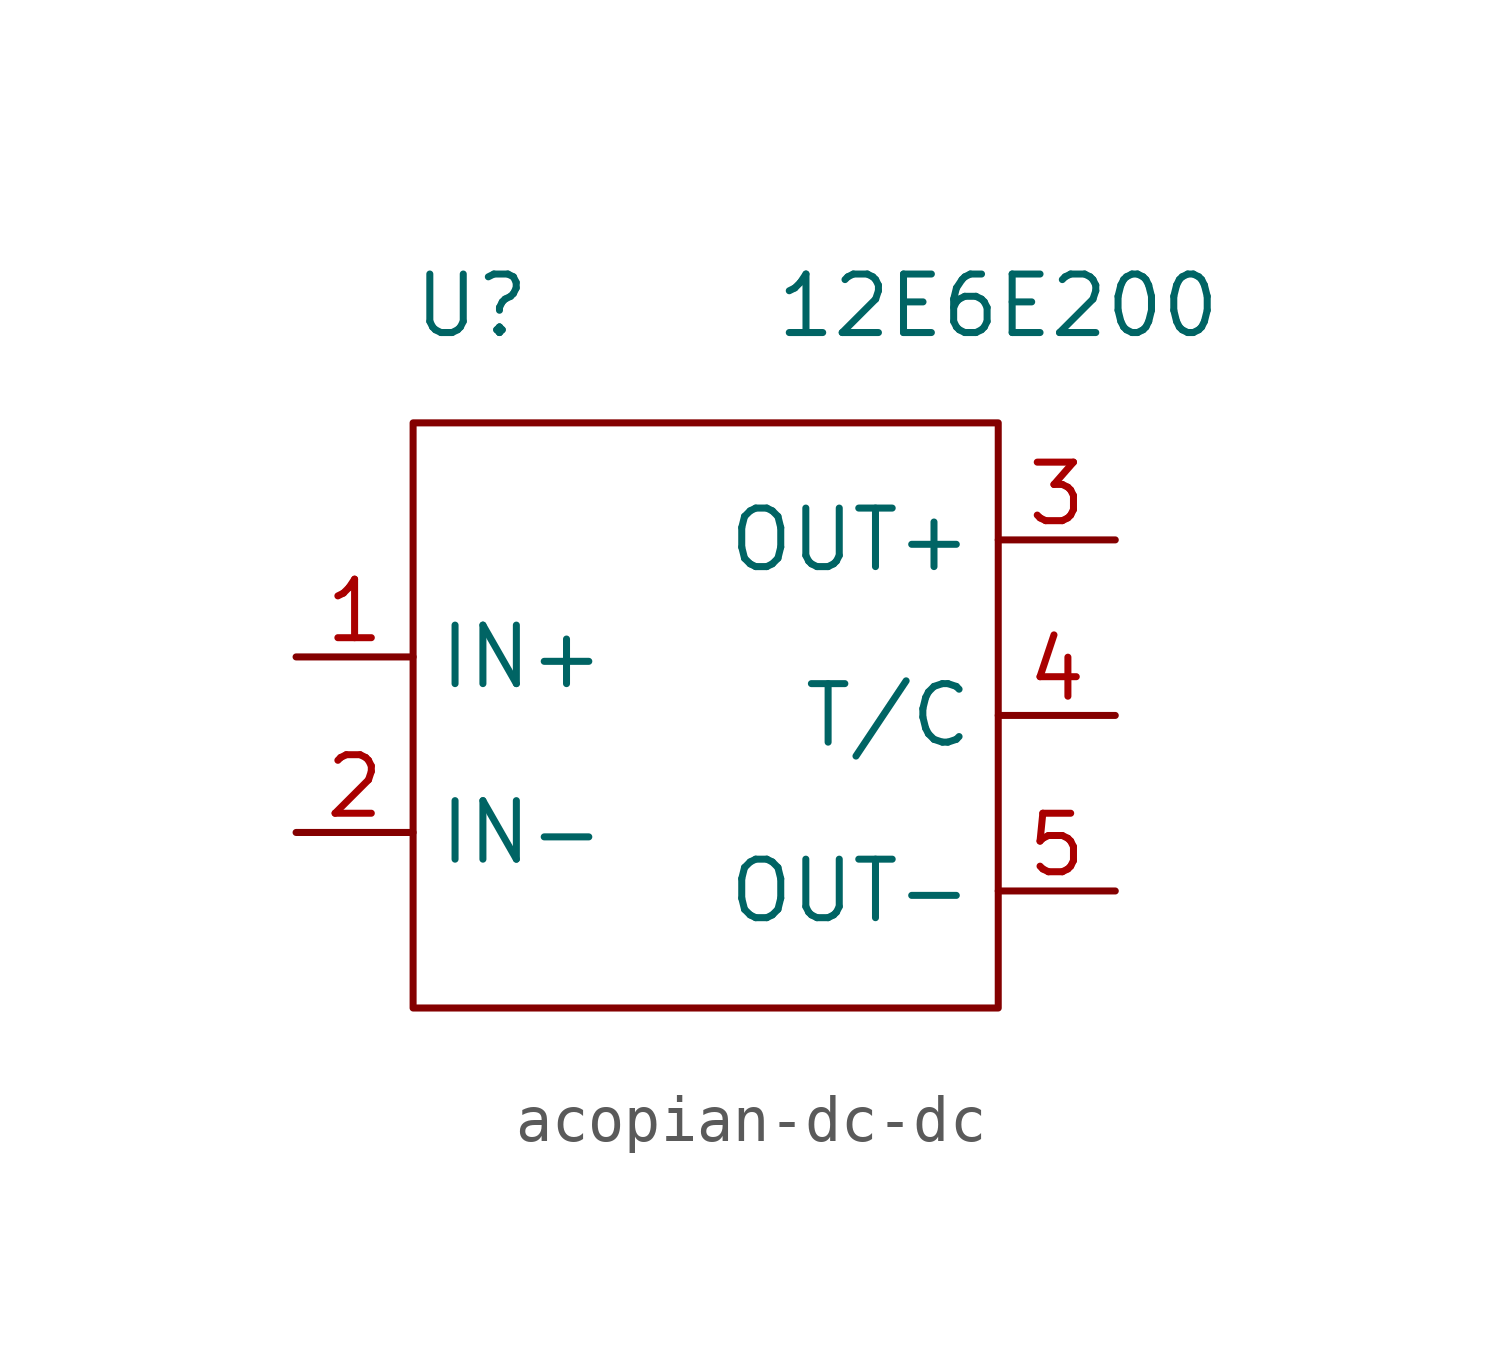
<source format=kicad_sym>
(kicad_symbol_lib
  (version 20220914)
  (generator kicad_symbol_editor)
  (symbol "acopian-dc-dc"
    (property "Reference" "U"
      (at 3.81 7.62 0)
      (effects (font (size 1.27 1.27))))
    (property "Value" "12E6E200"
      (at 15.24 7.62 0)
      (effects (font (size 1.27 1.27))))
    (symbol "acopian-dc-dc_0_1"
      (rectangle (start 2.54 5.08) (end 15.24 -7.62) (stroke (width 0) (type default)) (fill (type none))))
    (symbol "acopian-dc-dc_1_1"
      (pin power_in line (at 0 0 0) (length 2.54) (name "IN+" (effects (font (size 1.27 1.27)))) (number "1" (effects (font (size 1.27 1.27)))))
      (pin power_in line (at 0 -3.81 0) (length 2.54) (name "IN-" (effects (font (size 1.27 1.27)))) (number "2" (effects (font (size 1.27 1.27)))))
      (pin power_out line (at 17.78 2.54 180) (length 2.54) (name "OUT+" (effects (font (size 1.27 1.27)))) (number "3" (effects (font (size 1.27 1.27)))))
      (pin passive line (at 17.78 -1.27 180) (length 2.54) (name "T/C" (effects (font (size 1.27 1.27)))) (number "4" (effects (font (size 1.27 1.27)))))
      (pin power_out line (at 17.78 -5.08 180) (length 2.54) (name "OUT-" (effects (font (size 1.27 1.27)))) (number "5" (effects (font (size 1.27 1.27))))))))
</source>
